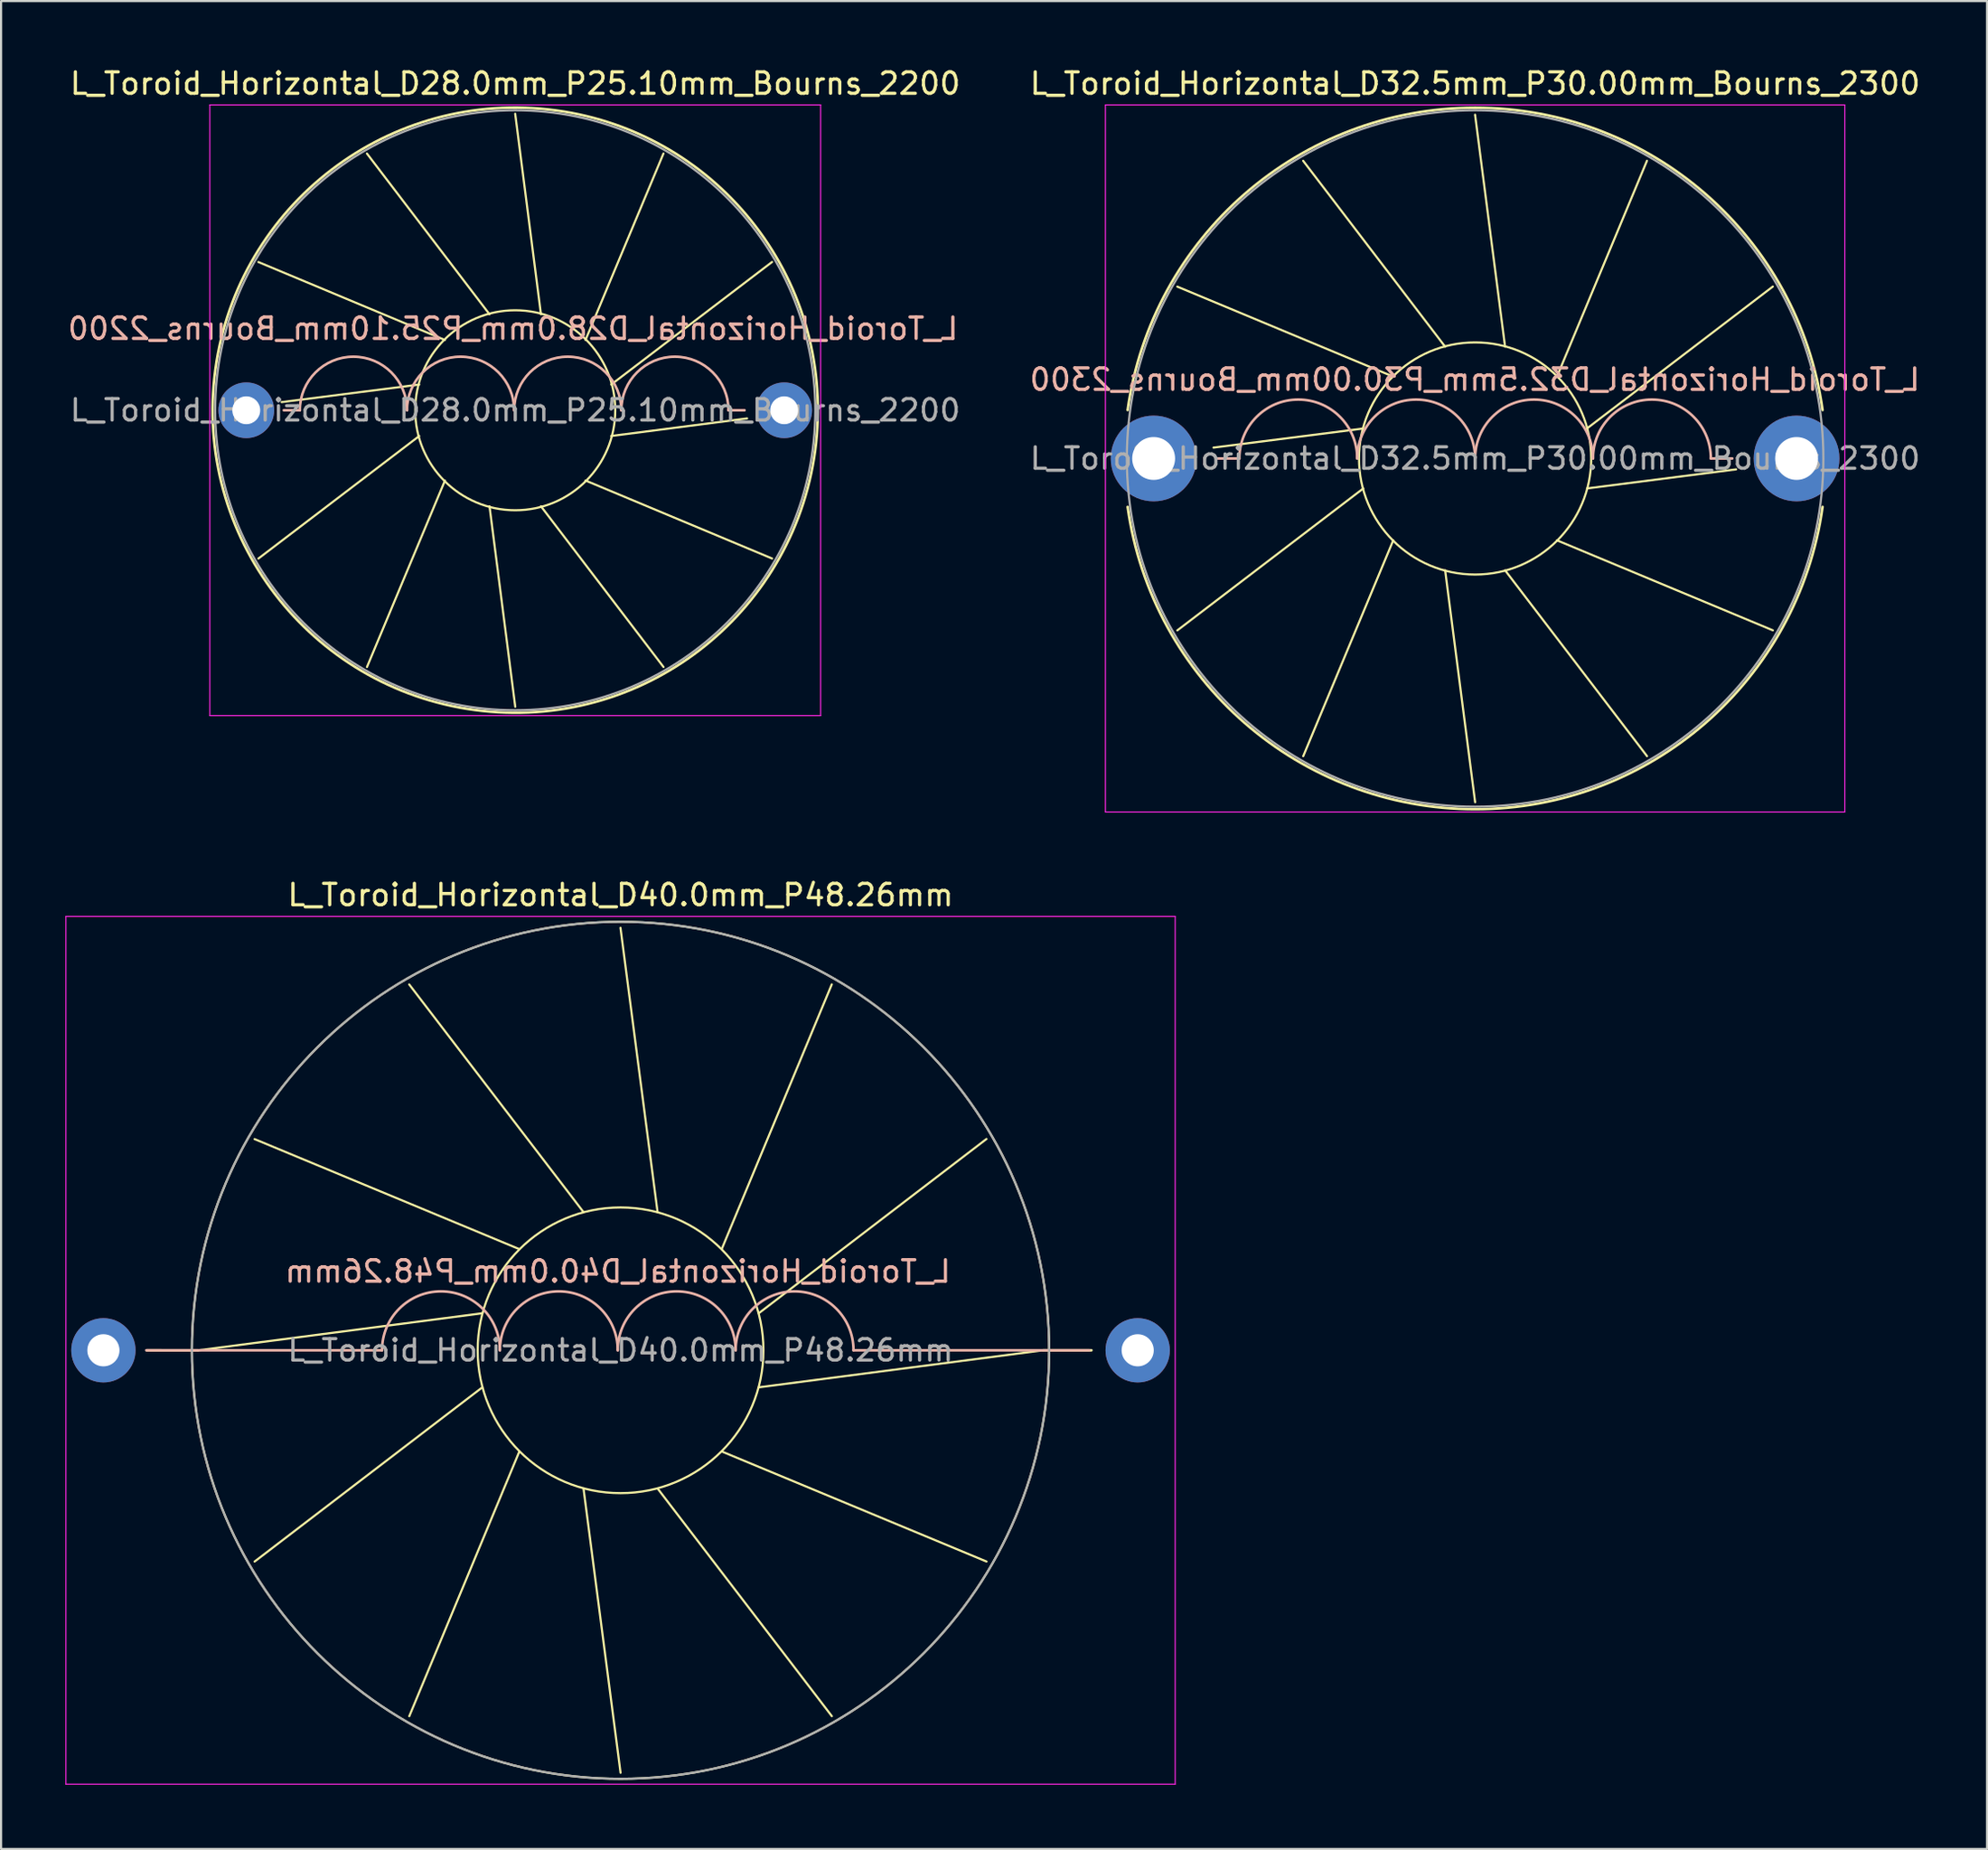
<source format=kicad_pcb>
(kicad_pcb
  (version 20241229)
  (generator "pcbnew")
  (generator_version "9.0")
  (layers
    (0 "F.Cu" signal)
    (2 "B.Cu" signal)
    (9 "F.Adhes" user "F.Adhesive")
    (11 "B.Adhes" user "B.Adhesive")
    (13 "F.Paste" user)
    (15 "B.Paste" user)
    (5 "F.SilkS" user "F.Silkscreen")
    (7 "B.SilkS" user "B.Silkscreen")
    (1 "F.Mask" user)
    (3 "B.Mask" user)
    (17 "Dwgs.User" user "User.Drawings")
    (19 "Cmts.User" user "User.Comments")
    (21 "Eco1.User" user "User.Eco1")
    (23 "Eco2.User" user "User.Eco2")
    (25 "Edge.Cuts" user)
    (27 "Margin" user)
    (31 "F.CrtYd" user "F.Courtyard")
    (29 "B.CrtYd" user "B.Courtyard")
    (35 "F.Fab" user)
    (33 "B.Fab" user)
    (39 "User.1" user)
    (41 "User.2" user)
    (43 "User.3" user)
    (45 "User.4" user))
  (footprint "L_Toroid_Horizontal_D40.0mm_P48.26mm"
    (layer "F.Cu")
    (at 1.775 59.971)
    (property "Reference" "L_Toroid_Horizontal_D40.0mm_P48.26mm" (at 24.13 -21.25 0) (layer "F.SilkS") (effects (font (size 1 1) (thickness 0.15))))
    (fp_line (start 4.412 0.002) (end 2.032 0) (stroke (width 0.12) (type solid)) (layer "F.SilkS"))
    (fp_line (start 4.412 0.002) (end 17.68 -1.728) (stroke (width 0.1) (type solid)) (layer "F.SilkS"))
    (fp_line (start 7.053 -9.857) (end 19.408 -4.721) (stroke (width 0.1) (type solid)) (layer "F.SilkS"))
    (fp_line (start 7.055 9.86) (end 17.68 1.729) (stroke (width 0.1) (type solid)) (layer "F.SilkS"))
    (fp_line (start 14.269 -17.075) (end 22.401 -6.45) (stroke (width 0.1) (type solid)) (layer "F.SilkS"))
    (fp_line (start 14.272 17.077) (end 19.409 4.722) (stroke (width 0.1) (type solid)) (layer "F.SilkS"))
    (fp_line (start 24.127 -19.718) (end 25.857 -6.45) (stroke (width 0.1) (type solid)) (layer "F.SilkS"))
    (fp_line (start 24.131 19.718) (end 22.402 6.45) (stroke (width 0.1) (type solid)) (layer "F.SilkS"))
    (fp_line (start 33.986 -17.077) (end 28.851 -4.723) (stroke (width 0.1) (type solid)) (layer "F.SilkS"))
    (fp_line (start 33.989 17.076) (end 25.859 6.45) (stroke (width 0.1) (type solid)) (layer "F.SilkS"))
    (fp_line (start 41.204 -9.862) (end 30.58 -1.729) (stroke (width 0.1) (type solid)) (layer "F.SilkS"))
    (fp_line (start 41.206 9.859) (end 28.852 4.722) (stroke (width 0.1) (type solid)) (layer "F.SilkS"))
    (fp_line (start 43.848 0) (end 30.58 1.728) (stroke (width 0.1) (type solid)) (layer "F.SilkS"))
    (fp_line (start 43.848 0) (end 46.101 0) (stroke (width 0.12) (type solid)) (layer "F.SilkS"))
    (fp_circle (center 24.13 0) (end 30.797 0) (stroke (width 0.1) (type solid)) (fill no) (layer "F.SilkS"))
    (fp_circle (center 24.13 0) (end 44.13 0) (stroke (width 0.1) (type solid)) (fill no) (layer "F.SilkS"))
    (fp_line (start 13 0) (end 2 0) (stroke (width 0.12) (type solid)) (layer "B.SilkS"))
    (fp_line (start 35 0) (end 46 0) (stroke (width 0.12) (type solid)) (layer "B.SilkS"))
    (fp_arc (start 13 0) (mid 15.75 -2.75) (end 18.5 0) (stroke (width 0.12) (type solid)) (layer "B.SilkS"))
    (fp_arc (start 18.5 0) (mid 21.25 -2.75) (end 24 0) (stroke (width 0.12) (type solid)) (layer "B.SilkS"))
    (fp_arc (start 24 0) (mid 26.75 -2.75) (end 29.5 0) (stroke (width 0.12) (type solid)) (layer "B.SilkS"))
    (fp_arc (start 29.5 0) (mid 32.25 -2.75) (end 35 0) (stroke (width 0.12) (type solid)) (layer "B.SilkS"))
    (fp_line (start -1.75 -20.25) (end -1.75 20.25) (stroke (width 0.05) (type solid)) (layer "F.CrtYd"))
    (fp_line (start -1.75 20.25) (end 50.01 20.25) (stroke (width 0.05) (type solid)) (layer "F.CrtYd"))
    (fp_line (start 50.01 -20.25) (end -1.75 -20.25) (stroke (width 0.05) (type solid)) (layer "F.CrtYd"))
    (fp_line (start 50.01 20.25) (end 50.01 -20.25) (stroke (width 0.05) (type solid)) (layer "F.CrtYd"))
    (fp_circle (center 24.13 0) (end 44.13 0) (stroke (width 0.1) (type solid)) (fill no) (layer "F.Fab"))
    (fp_text user "${REFERENCE}" (at 24.003 -3.683 0) (layer "B.SilkS") (effects (font (size 1 1) (thickness 0.15)) (justify mirror)))
    (fp_text user "${REFERENCE}" (at 24.13 0 0) (layer "F.Fab") (effects (font (size 1 1) (thickness 0.15))))
    (pad "1" thru_hole circle (at 0 0) (size 3 3) (drill 1.5) (layers "*.Cu" "*.Mask"))
    (pad "2" thru_hole circle (at 48.26 0) (size 3 3) (drill 1.5) (layers "*.Cu" "*.Mask")))
  (footprint "L_Toroid_Horizontal_D32.5mm_P30.00mm_Bourns_2300"
    (layer "F.Cu")
    (at 50.779 18.348)
    (property "Reference" "L_Toroid_Horizontal_D32.5mm_P30.00mm_Bourns_2300" (at 15 -17.5 0) (layer "F.SilkS") (effects (font (size 1 1) (thickness 0.15))))
    (fp_line (start 1.106 -8.02) (end 11.179 -3.82) (stroke (width 0.1) (type solid)) (layer "F.SilkS"))
    (fp_line (start 1.107 8.022) (end 9.782 1.399) (stroke (width 0.1) (type solid)) (layer "F.SilkS"))
    (fp_line (start 2.794 -0.508) (end 9.781 -1.398) (stroke (width 0.1) (type solid)) (layer "F.SilkS"))
    (fp_line (start 6.977 -13.892) (end 13.601 -5.218) (stroke (width 0.1) (type solid)) (layer "F.SilkS"))
    (fp_line (start 6.98 13.894) (end 11.18 3.82) (stroke (width 0.1) (type solid)) (layer "F.SilkS"))
    (fp_line (start 14.998 -16.043) (end 16.398 -5.219) (stroke (width 0.1) (type solid)) (layer "F.SilkS"))
    (fp_line (start 15.001 16.043) (end 13.602 5.219) (stroke (width 0.1) (type solid)) (layer "F.SilkS"))
    (fp_line (start 23.019 -13.895) (end 18.82 -3.821) (stroke (width 0.1) (type solid)) (layer "F.SilkS"))
    (fp_line (start 23.022 13.893) (end 16.398 5.218) (stroke (width 0.1) (type solid)) (layer "F.SilkS"))
    (fp_line (start 27.178 0.508) (end 20.219 1.398) (stroke (width 0.1) (type solid)) (layer "F.SilkS"))
    (fp_line (start 28.892 -8.024) (end 20.218 -1.399) (stroke (width 0.1) (type solid)) (layer "F.SilkS"))
    (fp_line (start 28.893 8.021) (end 18.82 3.82) (stroke (width 0.1) (type solid)) (layer "F.SilkS"))
    (fp_arc (start -1.213245 -2.26) (mid 15 -16.37) (end 31.213245 -2.26) (stroke (width 0.12) (type solid)) (layer "F.SilkS"))
    (fp_arc (start 31.213245 2.26) (mid 15 16.37) (end -1.213245 2.26) (stroke (width 0.12) (type solid)) (layer "F.SilkS"))
    (fp_circle (center 15 0) (end 20.417 0) (stroke (width 0.1) (type solid)) (fill no) (layer "F.SilkS"))
    (fp_line (start 4 0) (end 3 0) (stroke (width 0.12) (type solid)) (layer "B.SilkS"))
    (fp_line (start 26 0) (end 27 0) (stroke (width 0.12) (type solid)) (layer "B.SilkS"))
    (fp_arc (start 4 0) (mid 6.75 -2.75) (end 9.5 0) (stroke (width 0.12) (type solid)) (layer "B.SilkS"))
    (fp_arc (start 9.5 0) (mid 12.25 -2.75) (end 15 0) (stroke (width 0.12) (type solid)) (layer "B.SilkS"))
    (fp_arc (start 15 0) (mid 17.75 -2.75) (end 20.5 0) (stroke (width 0.12) (type solid)) (layer "B.SilkS"))
    (fp_arc (start 20.5 0) (mid 23.25 -2.75) (end 26 0) (stroke (width 0.12) (type solid)) (layer "B.SilkS"))
    (fp_line (start -2.25 -16.5) (end -2.25 16.5) (stroke (width 0.05) (type solid)) (layer "F.CrtYd"))
    (fp_line (start -2.25 16.5) (end 32.25 16.5) (stroke (width 0.05) (type solid)) (layer "F.CrtYd"))
    (fp_line (start 32.25 -16.5) (end -2.25 -16.5) (stroke (width 0.05) (type solid)) (layer "F.CrtYd"))
    (fp_line (start 32.25 16.5) (end 32.25 -16.5) (stroke (width 0.05) (type solid)) (layer "F.CrtYd"))
    (fp_circle (center 15 0) (end 31.25 0) (stroke (width 0.1) (type solid)) (fill no) (layer "F.Fab"))
    (fp_text user "${REFERENCE}" (at 14.986 -3.683 0) (layer "B.SilkS") (effects (font (size 1 1) (thickness 0.15)) (justify mirror)))
    (fp_text user "${REFERENCE}" (at 15 0 0) (layer "F.Fab") (effects (font (size 1 1) (thickness 0.15))))
    (pad "1" thru_hole circle (at 0 0) (size 4 4) (drill 2) (layers "*.Cu" "*.Mask"))
    (pad "2" thru_hole circle (at 30 0) (size 4 4) (drill 2) (layers "*.Cu" "*.Mask")))
  (footprint "L_Toroid_Horizontal_D28.0mm_P25.10mm_Bourns_2200"
    (layer "F.Cu")
    (at 8.441 16.098)
    (property "Reference" "L_Toroid_Horizontal_D28.0mm_P25.10mm_Bourns_2200" (at 12.55 -15.25 0) (layer "F.SilkS") (effects (font (size 1 1) (thickness 0.15))))
    (fp_line (start 0.566 -6.918) (end 9.27 -3.279) (stroke (width 0.1) (type solid)) (layer "F.SilkS"))
    (fp_line (start 0.567 6.92) (end 8.071 1.201) (stroke (width 0.1) (type solid)) (layer "F.SilkS"))
    (fp_line (start 1.651 -0.381) (end 8.07 -1.2) (stroke (width 0.1) (type solid)) (layer "F.SilkS"))
    (fp_line (start 5.63 -11.983) (end 11.349 -4.479) (stroke (width 0.1) (type solid)) (layer "F.SilkS"))
    (fp_line (start 5.632 11.984) (end 9.271 3.28) (stroke (width 0.1) (type solid)) (layer "F.SilkS"))
    (fp_line (start 12.548 -13.838) (end 13.75 -4.48) (stroke (width 0.1) (type solid)) (layer "F.SilkS"))
    (fp_line (start 12.551 13.838) (end 11.35 4.48) (stroke (width 0.1) (type solid)) (layer "F.SilkS"))
    (fp_line (start 19.467 -11.985) (end 15.829 -3.28) (stroke (width 0.1) (type solid)) (layer "F.SilkS"))
    (fp_line (start 19.469 11.983) (end 13.75 4.48) (stroke (width 0.1) (type solid)) (layer "F.SilkS"))
    (fp_line (start 23.368 0.381) (end 17.03 1.2) (stroke (width 0.1) (type solid)) (layer "F.SilkS"))
    (fp_line (start 24.533 -6.921) (end 17.029 -1.201) (stroke (width 0.1) (type solid)) (layer "F.SilkS"))
    (fp_line (start 24.534 6.919) (end 15.829 3.279) (stroke (width 0.1) (type solid)) (layer "F.SilkS"))
    (fp_arc (start -1.48356 -1.56) (mid 26.585522 1.542248) (end -1.487469 -1.524425) (stroke (width 0.12) (type solid)) (layer "F.SilkS"))
    (fp_circle (center 12.55 0) (end 17.217 0) (stroke (width 0.1) (type solid)) (fill no) (layer "F.SilkS"))
    (fp_line (start 2.5 0) (end 1.75 0) (stroke (width 0.12) (type solid)) (layer "B.SilkS"))
    (fp_line (start 22.5 0) (end 23.25 0) (stroke (width 0.12) (type solid)) (layer "B.SilkS"))
    (fp_arc (start 2.5 0) (mid 5 -2.5) (end 7.5 0) (stroke (width 0.12) (type solid)) (layer "B.SilkS"))
    (fp_arc (start 7.5 0) (mid 10 -2.5) (end 12.5 0) (stroke (width 0.12) (type solid)) (layer "B.SilkS"))
    (fp_arc (start 12.5 0) (mid 15 -2.5) (end 17.5 0) (stroke (width 0.12) (type solid)) (layer "B.SilkS"))
    (fp_arc (start 17.5 0) (mid 20 -2.5) (end 22.5 0) (stroke (width 0.12) (type solid)) (layer "B.SilkS"))
    (fp_line (start -1.7 -14.25) (end -1.7 14.25) (stroke (width 0.05) (type solid)) (layer "F.CrtYd"))
    (fp_line (start -1.7 14.25) (end 26.8 14.25) (stroke (width 0.05) (type solid)) (layer "F.CrtYd"))
    (fp_line (start 26.8 -14.25) (end -1.7 -14.25) (stroke (width 0.05) (type solid)) (layer "F.CrtYd"))
    (fp_line (start 26.8 14.25) (end 26.8 -14.25) (stroke (width 0.05) (type solid)) (layer "F.CrtYd"))
    (fp_circle (center 12.55 0) (end 26.55 0) (stroke (width 0.1) (type solid)) (fill no) (layer "F.Fab"))
    (fp_text user "${REFERENCE}" (at 12.446 -3.81 0) (layer "B.SilkS") (effects (font (size 1 1) (thickness 0.15)) (justify mirror)))
    (fp_text user "${REFERENCE}" (at 12.55 0 0) (layer "F.Fab") (effects (font (size 1 1) (thickness 0.15))))
    (pad "1" thru_hole circle (at 0 0) (size 2.6 2.6) (drill 1.3) (layers "*.Cu" "*.Mask"))
    (pad "2" thru_hole circle (at 25.1 0) (size 2.6 2.6) (drill 1.3) (layers "*.Cu" "*.Mask")))
  (gr_rect
    (start -3 -3)
    (end 89.666 83.246)
    (stroke (width 0.1) (type default))
    (fill no)
    (layer "Edge.Cuts")))
</source>
